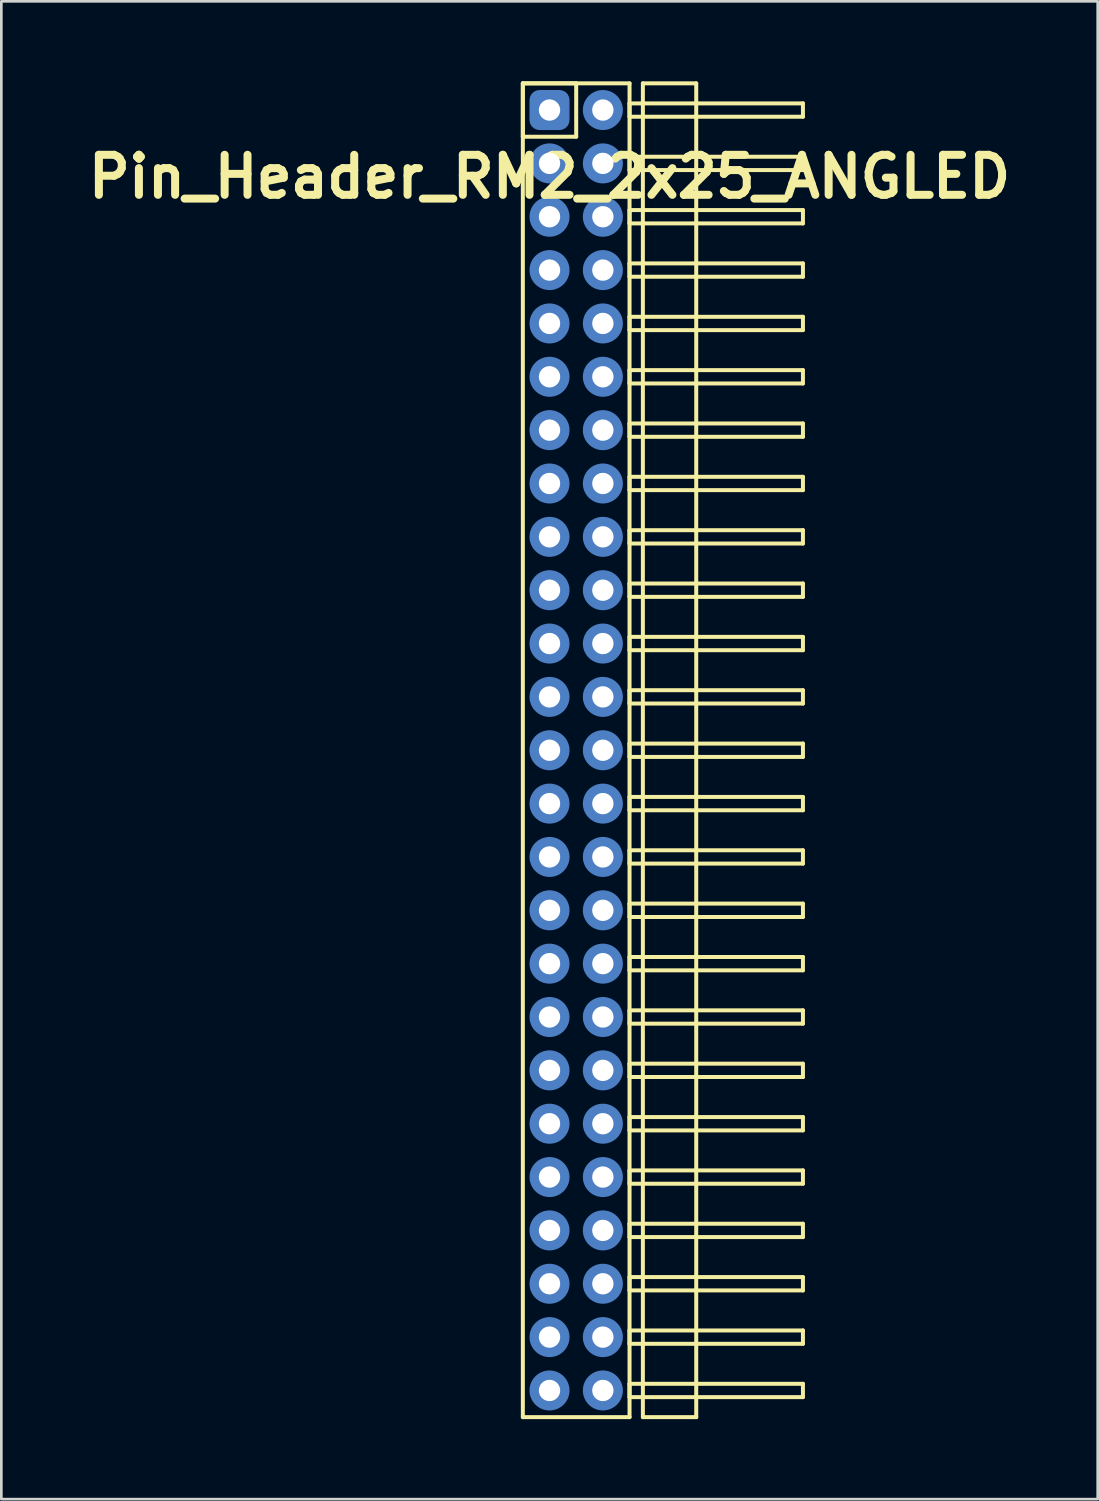
<source format=kicad_pcb>
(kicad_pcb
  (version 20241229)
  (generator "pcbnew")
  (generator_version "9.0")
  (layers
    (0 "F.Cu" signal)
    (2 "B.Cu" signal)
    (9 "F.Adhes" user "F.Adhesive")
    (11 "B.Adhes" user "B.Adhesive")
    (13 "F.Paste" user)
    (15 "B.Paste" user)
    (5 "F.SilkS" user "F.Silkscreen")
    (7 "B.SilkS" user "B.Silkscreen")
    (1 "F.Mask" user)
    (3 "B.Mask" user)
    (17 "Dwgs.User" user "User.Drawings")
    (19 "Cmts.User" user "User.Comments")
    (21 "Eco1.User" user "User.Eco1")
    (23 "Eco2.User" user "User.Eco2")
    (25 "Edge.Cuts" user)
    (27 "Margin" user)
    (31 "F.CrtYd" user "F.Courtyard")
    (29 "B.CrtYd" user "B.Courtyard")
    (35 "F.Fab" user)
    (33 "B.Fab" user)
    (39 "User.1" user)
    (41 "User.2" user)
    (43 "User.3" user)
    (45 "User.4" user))
  (footprint "Pin_Header_RM2_2x25_ANGLED"
    (layer "F.Cu")
    (at 17.55 1.075)
    (property "Reference" "Pin_Header_RM2_2x25_ANGLED" (at 0 2.5 0) (layer "F.SilkS") (effects (font (size 1.5 1.5) (thickness 0.3))))
    (attr through_hole)
    (fp_line (start -1 -1) (end 1 -1) (stroke (width 0.15) (type solid)) (layer "F.SilkS"))
    (fp_line (start -1 -1) (end 3 -1) (stroke (width 0.15) (type solid)) (layer "F.SilkS"))
    (fp_line (start -1 1) (end -1 -1) (stroke (width 0.15) (type solid)) (layer "F.SilkS"))
    (fp_line (start -1 49) (end -1 -1) (stroke (width 0.15) (type solid)) (layer "F.SilkS"))
    (fp_line (start 1 -1) (end 1 1) (stroke (width 0.15) (type solid)) (layer "F.SilkS"))
    (fp_line (start 1 1) (end -1 1) (stroke (width 0.15) (type solid)) (layer "F.SilkS"))
    (fp_line (start 3 -1) (end 3 49) (stroke (width 0.15) (type solid)) (layer "F.SilkS"))
    (fp_line (start 3 -0.25) (end 9.5 -0.25) (stroke (width 0.15) (type solid)) (layer "F.SilkS"))
    (fp_line (start 3 0.25) (end 3 -0.25) (stroke (width 0.15) (type solid)) (layer "F.SilkS"))
    (fp_line (start 3 1.75) (end 9.5 1.75) (stroke (width 0.15) (type solid)) (layer "F.SilkS"))
    (fp_line (start 3 2.25) (end 3 1.75) (stroke (width 0.15) (type solid)) (layer "F.SilkS"))
    (fp_line (start 3 3.75) (end 9.5 3.75) (stroke (width 0.15) (type solid)) (layer "F.SilkS"))
    (fp_line (start 3 4.25) (end 3 3.75) (stroke (width 0.15) (type solid)) (layer "F.SilkS"))
    (fp_line (start 3 5.75) (end 9.5 5.75) (stroke (width 0.15) (type solid)) (layer "F.SilkS"))
    (fp_line (start 3 6.25) (end 3 5.75) (stroke (width 0.15) (type solid)) (layer "F.SilkS"))
    (fp_line (start 3 7.75) (end 9.5 7.75) (stroke (width 0.15) (type solid)) (layer "F.SilkS"))
    (fp_line (start 3 8.25) (end 3 7.75) (stroke (width 0.15) (type solid)) (layer "F.SilkS"))
    (fp_line (start 3 9.75) (end 9.5 9.75) (stroke (width 0.15) (type solid)) (layer "F.SilkS"))
    (fp_line (start 3 10.25) (end 3 9.75) (stroke (width 0.15) (type solid)) (layer "F.SilkS"))
    (fp_line (start 3 11.75) (end 9.5 11.75) (stroke (width 0.15) (type solid)) (layer "F.SilkS"))
    (fp_line (start 3 12.25) (end 3 11.75) (stroke (width 0.15) (type solid)) (layer "F.SilkS"))
    (fp_line (start 3 13.75) (end 9.5 13.75) (stroke (width 0.15) (type solid)) (layer "F.SilkS"))
    (fp_line (start 3 14.25) (end 3 13.75) (stroke (width 0.15) (type solid)) (layer "F.SilkS"))
    (fp_line (start 3 15.75) (end 9.5 15.75) (stroke (width 0.15) (type solid)) (layer "F.SilkS"))
    (fp_line (start 3 16.25) (end 3 15.75) (stroke (width 0.15) (type solid)) (layer "F.SilkS"))
    (fp_line (start 3 17.75) (end 9.5 17.75) (stroke (width 0.15) (type solid)) (layer "F.SilkS"))
    (fp_line (start 3 18.25) (end 3 17.75) (stroke (width 0.15) (type solid)) (layer "F.SilkS"))
    (fp_line (start 3 19.75) (end 9.5 19.75) (stroke (width 0.15) (type solid)) (layer "F.SilkS"))
    (fp_line (start 3 20.25) (end 3 19.75) (stroke (width 0.15) (type solid)) (layer "F.SilkS"))
    (fp_line (start 3 21.75) (end 9.5 21.75) (stroke (width 0.15) (type solid)) (layer "F.SilkS"))
    (fp_line (start 3 22.25) (end 3 21.75) (stroke (width 0.15) (type solid)) (layer "F.SilkS"))
    (fp_line (start 3 23.75) (end 9.5 23.75) (stroke (width 0.15) (type solid)) (layer "F.SilkS"))
    (fp_line (start 3 24.25) (end 3 23.75) (stroke (width 0.15) (type solid)) (layer "F.SilkS"))
    (fp_line (start 3 25.75) (end 9.5 25.75) (stroke (width 0.15) (type solid)) (layer "F.SilkS"))
    (fp_line (start 3 26.25) (end 3 25.75) (stroke (width 0.15) (type solid)) (layer "F.SilkS"))
    (fp_line (start 3 27.75) (end 9.5 27.75) (stroke (width 0.15) (type solid)) (layer "F.SilkS"))
    (fp_line (start 3 28.25) (end 3 27.75) (stroke (width 0.15) (type solid)) (layer "F.SilkS"))
    (fp_line (start 3 29.75) (end 9.5 29.75) (stroke (width 0.15) (type solid)) (layer "F.SilkS"))
    (fp_line (start 3 30.25) (end 3 29.75) (stroke (width 0.15) (type solid)) (layer "F.SilkS"))
    (fp_line (start 3 31.75) (end 9.5 31.75) (stroke (width 0.15) (type solid)) (layer "F.SilkS"))
    (fp_line (start 3 32.25) (end 3 31.75) (stroke (width 0.15) (type solid)) (layer "F.SilkS"))
    (fp_line (start 3 33.75) (end 9.5 33.75) (stroke (width 0.15) (type solid)) (layer "F.SilkS"))
    (fp_line (start 3 34.25) (end 3 33.75) (stroke (width 0.15) (type solid)) (layer "F.SilkS"))
    (fp_line (start 3 35.75) (end 9.5 35.75) (stroke (width 0.15) (type solid)) (layer "F.SilkS"))
    (fp_line (start 3 36.25) (end 3 35.75) (stroke (width 0.15) (type solid)) (layer "F.SilkS"))
    (fp_line (start 3 37.75) (end 9.5 37.75) (stroke (width 0.15) (type solid)) (layer "F.SilkS"))
    (fp_line (start 3 38.25) (end 3 37.75) (stroke (width 0.15) (type solid)) (layer "F.SilkS"))
    (fp_line (start 3 39.75) (end 9.5 39.75) (stroke (width 0.15) (type solid)) (layer "F.SilkS"))
    (fp_line (start 3 40.25) (end 3 39.75) (stroke (width 0.15) (type solid)) (layer "F.SilkS"))
    (fp_line (start 3 41.75) (end 9.5 41.75) (stroke (width 0.15) (type solid)) (layer "F.SilkS"))
    (fp_line (start 3 42.25) (end 3 41.75) (stroke (width 0.15) (type solid)) (layer "F.SilkS"))
    (fp_line (start 3 43.75) (end 9.5 43.75) (stroke (width 0.15) (type solid)) (layer "F.SilkS"))
    (fp_line (start 3 44.25) (end 3 43.75) (stroke (width 0.15) (type solid)) (layer "F.SilkS"))
    (fp_line (start 3 45.75) (end 9.5 45.75) (stroke (width 0.15) (type solid)) (layer "F.SilkS"))
    (fp_line (start 3 46.25) (end 3 45.75) (stroke (width 0.15) (type solid)) (layer "F.SilkS"))
    (fp_line (start 3 47.75) (end 9.5 47.75) (stroke (width 0.15) (type solid)) (layer "F.SilkS"))
    (fp_line (start 3 48.25) (end 3 47.75) (stroke (width 0.15) (type solid)) (layer "F.SilkS"))
    (fp_line (start 3 49) (end -1 49) (stroke (width 0.15) (type solid)) (layer "F.SilkS"))
    (fp_line (start 3.5 -1) (end 5.5 -1) (stroke (width 0.15) (type solid)) (layer "F.SilkS"))
    (fp_line (start 3.5 49) (end 3.5 -1) (stroke (width 0.15) (type solid)) (layer "F.SilkS"))
    (fp_line (start 5.5 -1) (end 5.5 49) (stroke (width 0.15) (type solid)) (layer "F.SilkS"))
    (fp_line (start 5.5 49) (end 3.5 49) (stroke (width 0.15) (type solid)) (layer "F.SilkS"))
    (fp_line (start 9.5 -0.25) (end 9.5 0.25) (stroke (width 0.15) (type solid)) (layer "F.SilkS"))
    (fp_line (start 9.5 0.25) (end 3 0.25) (stroke (width 0.15) (type solid)) (layer "F.SilkS"))
    (fp_line (start 9.5 1.75) (end 9.5 2.25) (stroke (width 0.15) (type solid)) (layer "F.SilkS"))
    (fp_line (start 9.5 2.25) (end 3 2.25) (stroke (width 0.15) (type solid)) (layer "F.SilkS"))
    (fp_line (start 9.5 3.75) (end 9.5 4.25) (stroke (width 0.15) (type solid)) (layer "F.SilkS"))
    (fp_line (start 9.5 4.25) (end 3 4.25) (stroke (width 0.15) (type solid)) (layer "F.SilkS"))
    (fp_line (start 9.5 5.75) (end 9.5 6.25) (stroke (width 0.15) (type solid)) (layer "F.SilkS"))
    (fp_line (start 9.5 6.25) (end 3 6.25) (stroke (width 0.15) (type solid)) (layer "F.SilkS"))
    (fp_line (start 9.5 7.75) (end 9.5 8.25) (stroke (width 0.15) (type solid)) (layer "F.SilkS"))
    (fp_line (start 9.5 8.25) (end 3 8.25) (stroke (width 0.15) (type solid)) (layer "F.SilkS"))
    (fp_line (start 9.5 9.75) (end 9.5 10.25) (stroke (width 0.15) (type solid)) (layer "F.SilkS"))
    (fp_line (start 9.5 10.25) (end 3 10.25) (stroke (width 0.15) (type solid)) (layer "F.SilkS"))
    (fp_line (start 9.5 11.75) (end 9.5 12.25) (stroke (width 0.15) (type solid)) (layer "F.SilkS"))
    (fp_line (start 9.5 12.25) (end 3 12.25) (stroke (width 0.15) (type solid)) (layer "F.SilkS"))
    (fp_line (start 9.5 13.75) (end 9.5 14.25) (stroke (width 0.15) (type solid)) (layer "F.SilkS"))
    (fp_line (start 9.5 14.25) (end 3 14.25) (stroke (width 0.15) (type solid)) (layer "F.SilkS"))
    (fp_line (start 9.5 15.75) (end 9.5 16.25) (stroke (width 0.15) (type solid)) (layer "F.SilkS"))
    (fp_line (start 9.5 16.25) (end 3 16.25) (stroke (width 0.15) (type solid)) (layer "F.SilkS"))
    (fp_line (start 9.5 17.75) (end 9.5 18.25) (stroke (width 0.15) (type solid)) (layer "F.SilkS"))
    (fp_line (start 9.5 18.25) (end 3 18.25) (stroke (width 0.15) (type solid)) (layer "F.SilkS"))
    (fp_line (start 9.5 19.75) (end 9.5 20.25) (stroke (width 0.15) (type solid)) (layer "F.SilkS"))
    (fp_line (start 9.5 20.25) (end 3 20.25) (stroke (width 0.15) (type solid)) (layer "F.SilkS"))
    (fp_line (start 9.5 21.75) (end 9.5 22.25) (stroke (width 0.15) (type solid)) (layer "F.SilkS"))
    (fp_line (start 9.5 22.25) (end 3 22.25) (stroke (width 0.15) (type solid)) (layer "F.SilkS"))
    (fp_line (start 9.5 23.75) (end 9.5 24.25) (stroke (width 0.15) (type solid)) (layer "F.SilkS"))
    (fp_line (start 9.5 24.25) (end 3 24.25) (stroke (width 0.15) (type solid)) (layer "F.SilkS"))
    (fp_line (start 9.5 25.75) (end 9.5 26.25) (stroke (width 0.15) (type solid)) (layer "F.SilkS"))
    (fp_line (start 9.5 26.25) (end 3 26.25) (stroke (width 0.15) (type solid)) (layer "F.SilkS"))
    (fp_line (start 9.5 27.75) (end 9.5 28.25) (stroke (width 0.15) (type solid)) (layer "F.SilkS"))
    (fp_line (start 9.5 28.25) (end 3 28.25) (stroke (width 0.15) (type solid)) (layer "F.SilkS"))
    (fp_line (start 9.5 29.75) (end 9.5 30.25) (stroke (width 0.15) (type solid)) (layer "F.SilkS"))
    (fp_line (start 9.5 30.25) (end 3 30.25) (stroke (width 0.15) (type solid)) (layer "F.SilkS"))
    (fp_line (start 9.5 31.75) (end 9.5 32.25) (stroke (width 0.15) (type solid)) (layer "F.SilkS"))
    (fp_line (start 9.5 32.25) (end 3 32.25) (stroke (width 0.15) (type solid)) (layer "F.SilkS"))
    (fp_line (start 9.5 33.75) (end 9.5 34.25) (stroke (width 0.15) (type solid)) (layer "F.SilkS"))
    (fp_line (start 9.5 34.25) (end 3 34.25) (stroke (width 0.15) (type solid)) (layer "F.SilkS"))
    (fp_line (start 9.5 35.75) (end 9.5 36.25) (stroke (width 0.15) (type solid)) (layer "F.SilkS"))
    (fp_line (start 9.5 36.25) (end 3 36.25) (stroke (width 0.15) (type solid)) (layer "F.SilkS"))
    (fp_line (start 9.5 37.75) (end 9.5 38.25) (stroke (width 0.15) (type solid)) (layer "F.SilkS"))
    (fp_line (start 9.5 38.25) (end 3 38.25) (stroke (width 0.15) (type solid)) (layer "F.SilkS"))
    (fp_line (start 9.5 39.75) (end 9.5 40.25) (stroke (width 0.15) (type solid)) (layer "F.SilkS"))
    (fp_line (start 9.5 40.25) (end 3 40.25) (stroke (width 0.15) (type solid)) (layer "F.SilkS"))
    (fp_line (start 9.5 41.75) (end 9.5 42.25) (stroke (width 0.15) (type solid)) (layer "F.SilkS"))
    (fp_line (start 9.5 42.25) (end 3 42.25) (stroke (width 0.15) (type solid)) (layer "F.SilkS"))
    (fp_line (start 9.5 43.75) (end 9.5 44.25) (stroke (width 0.15) (type solid)) (layer "F.SilkS"))
    (fp_line (start 9.5 44.25) (end 3 44.25) (stroke (width 0.15) (type solid)) (layer "F.SilkS"))
    (fp_line (start 9.5 45.75) (end 9.5 46.25) (stroke (width 0.15) (type solid)) (layer "F.SilkS"))
    (fp_line (start 9.5 46.25) (end 3 46.25) (stroke (width 0.15) (type solid)) (layer "F.SilkS"))
    (fp_line (start 9.5 47.75) (end 9.5 48.25) (stroke (width 0.15) (type solid)) (layer "F.SilkS"))
    (fp_line (start 9.5 48.25) (end 3 48.25) (stroke (width 0.15) (type solid)) (layer "F.SilkS"))
    (pad "1" thru_hole circle (at 0 0) (size 1.1 1.1) (drill 0.8) (layers "*.Cu" "*.Mask"))
    (pad "1" smd roundrect (at 0 0) (size 1.25 1.25) (layers "F.Cu" "F.Mask") (roundrect_rratio 0.25))
    (pad "1" smd roundrect (at 0 0) (size 1.5 1.5) (layers "B.Cu" "B.Mask") (roundrect_rratio 0.25))
    (pad "2" thru_hole circle (at 2 0) (size 1.1 1.1) (drill 0.8) (layers "*.Cu" "*.Mask"))
    (pad "2" smd circle (at 2 0) (size 1.25 1.25) (layers "F.Cu" "F.Mask"))
    (pad "2" smd circle (at 2 0) (size 1.5 1.5) (layers "B.Cu" "B.Mask"))
    (pad "3" thru_hole circle (at 0 2) (size 1.1 1.1) (drill 0.8) (layers "*.Cu" "*.Mask"))
    (pad "3" smd circle (at 0 2) (size 1.25 1.25) (layers "F.Cu" "F.Mask"))
    (pad "3" smd circle (at 0 2) (size 1.5 1.5) (layers "B.Cu" "B.Mask"))
    (pad "4" thru_hole circle (at 2 2) (size 1.1 1.1) (drill 0.8) (layers "*.Cu" "*.Mask"))
    (pad "4" smd circle (at 2 2) (size 1.25 1.25) (layers "F.Cu" "F.Mask"))
    (pad "4" smd circle (at 2 2) (size 1.5 1.5) (layers "B.Cu" "B.Mask"))
    (pad "5" thru_hole circle (at 0 4) (size 1.1 1.1) (drill 0.8) (layers "*.Cu" "*.Mask"))
    (pad "5" smd circle (at 0 4) (size 1.25 1.25) (layers "F.Cu" "F.Mask"))
    (pad "5" smd circle (at 0 4) (size 1.5 1.5) (layers "B.Cu" "B.Mask"))
    (pad "6" thru_hole circle (at 2 4) (size 1.1 1.1) (drill 0.8) (layers "*.Cu" "*.Mask"))
    (pad "6" smd circle (at 2 4) (size 1.25 1.25) (layers "F.Cu" "F.Mask"))
    (pad "6" smd circle (at 2 4) (size 1.5 1.5) (layers "B.Cu" "B.Mask"))
    (pad "7" thru_hole circle (at 0 6) (size 1.1 1.1) (drill 0.8) (layers "*.Cu" "*.Mask"))
    (pad "7" smd circle (at 0 6) (size 1.25 1.25) (layers "F.Cu" "F.Mask"))
    (pad "7" smd circle (at 0 6) (size 1.5 1.5) (layers "B.Cu" "B.Mask"))
    (pad "8" thru_hole circle (at 2 6) (size 1.1 1.1) (drill 0.8) (layers "*.Cu" "*.Mask"))
    (pad "8" smd circle (at 2 6) (size 1.25 1.25) (layers "F.Cu" "F.Mask"))
    (pad "8" smd circle (at 2 6) (size 1.5 1.5) (layers "B.Cu" "B.Mask"))
    (pad "9" thru_hole circle (at 0 8) (size 1.1 1.1) (drill 0.8) (layers "*.Cu" "*.Mask"))
    (pad "9" smd circle (at 0 8) (size 1.25 1.25) (layers "F.Cu" "F.Mask"))
    (pad "9" smd circle (at 0 8) (size 1.5 1.5) (layers "B.Cu" "B.Mask"))
    (pad "10" thru_hole circle (at 2 8) (size 1.1 1.1) (drill 0.8) (layers "*.Cu" "*.Mask"))
    (pad "10" smd circle (at 2 8) (size 1.25 1.25) (layers "F.Cu" "F.Mask"))
    (pad "10" smd circle (at 2 8) (size 1.5 1.5) (layers "B.Cu" "B.Mask"))
    (pad "11" thru_hole circle (at 0 10) (size 1.1 1.1) (drill 0.8) (layers "*.Cu" "*.Mask"))
    (pad "11" smd circle (at 0 10) (size 1.25 1.25) (layers "F.Cu" "F.Mask"))
    (pad "11" smd circle (at 0 10) (size 1.5 1.5) (layers "B.Cu" "B.Mask"))
    (pad "12" thru_hole circle (at 2 10) (size 1.1 1.1) (drill 0.8) (layers "*.Cu" "*.Mask"))
    (pad "12" smd circle (at 2 10) (size 1.25 1.25) (layers "F.Cu" "F.Mask"))
    (pad "12" smd circle (at 2 10) (size 1.5 1.5) (layers "B.Cu" "B.Mask"))
    (pad "13" thru_hole circle (at 0 12) (size 1.1 1.1) (drill 0.8) (layers "*.Cu" "*.Mask"))
    (pad "13" smd circle (at 0 12) (size 1.25 1.25) (layers "F.Cu" "F.Mask"))
    (pad "13" smd circle (at 0 12) (size 1.5 1.5) (layers "B.Cu" "B.Mask"))
    (pad "14" thru_hole circle (at 2 12) (size 1.1 1.1) (drill 0.8) (layers "*.Cu" "*.Mask"))
    (pad "14" smd circle (at 2 12) (size 1.25 1.25) (layers "F.Cu" "F.Mask"))
    (pad "14" smd circle (at 2 12) (size 1.5 1.5) (layers "B.Cu" "B.Mask"))
    (pad "15" thru_hole circle (at 0 14) (size 1.1 1.1) (drill 0.8) (layers "*.Cu" "*.Mask"))
    (pad "15" smd circle (at 0 14) (size 1.25 1.25) (layers "F.Cu" "F.Mask"))
    (pad "15" smd circle (at 0 14) (size 1.5 1.5) (layers "B.Cu" "B.Mask"))
    (pad "16" thru_hole circle (at 2 14) (size 1.1 1.1) (drill 0.8) (layers "*.Cu" "*.Mask"))
    (pad "16" smd circle (at 2 14) (size 1.25 1.25) (layers "F.Cu" "F.Mask"))
    (pad "16" smd circle (at 2 14) (size 1.5 1.5) (layers "B.Cu" "B.Mask"))
    (pad "17" thru_hole circle (at 0 16) (size 1.1 1.1) (drill 0.8) (layers "*.Cu" "*.Mask"))
    (pad "17" smd circle (at 0 16) (size 1.25 1.25) (layers "F.Cu" "F.Mask"))
    (pad "17" smd circle (at 0 16) (size 1.5 1.5) (layers "B.Cu" "B.Mask"))
    (pad "18" thru_hole circle (at 2 16) (size 1.1 1.1) (drill 0.8) (layers "*.Cu" "*.Mask"))
    (pad "18" smd circle (at 2 16) (size 1.25 1.25) (layers "F.Cu" "F.Mask"))
    (pad "18" smd circle (at 2 16) (size 1.5 1.5) (layers "B.Cu" "B.Mask"))
    (pad "19" thru_hole circle (at 0 18) (size 1.1 1.1) (drill 0.8) (layers "*.Cu" "*.Mask"))
    (pad "19" smd circle (at 0 18) (size 1.25 1.25) (layers "F.Cu" "F.Mask"))
    (pad "19" smd circle (at 0 18) (size 1.5 1.5) (layers "B.Cu" "B.Mask"))
    (pad "20" thru_hole circle (at 2 18) (size 1.1 1.1) (drill 0.8) (layers "*.Cu" "*.Mask"))
    (pad "20" smd circle (at 2 18) (size 1.25 1.25) (layers "F.Cu" "F.Mask"))
    (pad "20" smd circle (at 2 18) (size 1.5 1.5) (layers "B.Cu" "B.Mask"))
    (pad "21" thru_hole circle (at 0 20) (size 1.1 1.1) (drill 0.8) (layers "*.Cu" "*.Mask"))
    (pad "21" smd circle (at 0 20) (size 1.25 1.25) (layers "F.Cu" "F.Mask"))
    (pad "21" smd circle (at 0 20) (size 1.5 1.5) (layers "B.Cu" "B.Mask"))
    (pad "22" thru_hole circle (at 2 20) (size 1.1 1.1) (drill 0.8) (layers "*.Cu" "*.Mask"))
    (pad "22" smd circle (at 2 20) (size 1.25 1.25) (layers "F.Cu" "F.Mask"))
    (pad "22" smd circle (at 2 20) (size 1.5 1.5) (layers "B.Cu" "B.Mask"))
    (pad "23" thru_hole circle (at 0 22) (size 1.1 1.1) (drill 0.8) (layers "*.Cu" "*.Mask"))
    (pad "23" smd circle (at 0 22) (size 1.25 1.25) (layers "F.Cu" "F.Mask"))
    (pad "23" smd circle (at 0 22) (size 1.5 1.5) (layers "B.Cu" "B.Mask"))
    (pad "24" thru_hole circle (at 2 22) (size 1.1 1.1) (drill 0.8) (layers "*.Cu" "*.Mask"))
    (pad "24" smd circle (at 2 22) (size 1.25 1.25) (layers "F.Cu" "F.Mask"))
    (pad "24" smd circle (at 2 22) (size 1.5 1.5) (layers "B.Cu" "B.Mask"))
    (pad "25" thru_hole circle (at 0 24) (size 1.1 1.1) (drill 0.8) (layers "*.Cu" "*.Mask"))
    (pad "25" smd circle (at 0 24) (size 1.25 1.25) (layers "F.Cu" "F.Mask"))
    (pad "25" smd circle (at 0 24) (size 1.5 1.5) (layers "B.Cu" "B.Mask"))
    (pad "26" thru_hole circle (at 2 24) (size 1.1 1.1) (drill 0.8) (layers "*.Cu" "*.Mask"))
    (pad "26" smd circle (at 2 24) (size 1.25 1.25) (layers "F.Cu" "F.Mask"))
    (pad "26" smd circle (at 2 24) (size 1.5 1.5) (layers "B.Cu" "B.Mask"))
    (pad "27" thru_hole circle (at 0 26) (size 1.1 1.1) (drill 0.8) (layers "*.Cu" "*.Mask"))
    (pad "27" smd circle (at 0 26) (size 1.25 1.25) (layers "F.Cu" "F.Mask"))
    (pad "27" smd circle (at 0 26) (size 1.5 1.5) (layers "B.Cu" "B.Mask"))
    (pad "28" thru_hole circle (at 2 26) (size 1.1 1.1) (drill 0.8) (layers "*.Cu" "*.Mask"))
    (pad "28" smd circle (at 2 26) (size 1.25 1.25) (layers "F.Cu" "F.Mask"))
    (pad "28" smd circle (at 2 26) (size 1.5 1.5) (layers "B.Cu" "B.Mask"))
    (pad "29" thru_hole circle (at 0 28) (size 1.1 1.1) (drill 0.8) (layers "*.Cu" "*.Mask"))
    (pad "29" smd circle (at 0 28) (size 1.25 1.25) (layers "F.Cu" "F.Mask"))
    (pad "29" smd circle (at 0 28) (size 1.5 1.5) (layers "B.Cu" "B.Mask"))
    (pad "30" thru_hole circle (at 2 28) (size 1.1 1.1) (drill 0.8) (layers "*.Cu" "*.Mask"))
    (pad "30" smd circle (at 2 28) (size 1.25 1.25) (layers "F.Cu" "F.Mask"))
    (pad "30" smd circle (at 2 28) (size 1.5 1.5) (layers "B.Cu" "B.Mask"))
    (pad "31" thru_hole circle (at 0 30) (size 1.1 1.1) (drill 0.8) (layers "*.Cu" "*.Mask"))
    (pad "31" smd circle (at 0 30) (size 1.25 1.25) (layers "F.Cu" "F.Mask"))
    (pad "31" smd circle (at 0 30) (size 1.5 1.5) (layers "B.Cu" "B.Mask"))
    (pad "32" thru_hole circle (at 2 30) (size 1.1 1.1) (drill 0.8) (layers "*.Cu" "*.Mask"))
    (pad "32" smd circle (at 2 30) (size 1.25 1.25) (layers "F.Cu" "F.Mask"))
    (pad "32" smd circle (at 2 30) (size 1.5 1.5) (layers "B.Cu" "B.Mask"))
    (pad "33" thru_hole circle (at 0 32) (size 1.1 1.1) (drill 0.8) (layers "*.Cu" "*.Mask"))
    (pad "33" smd circle (at 0 32) (size 1.25 1.25) (layers "F.Cu" "F.Mask"))
    (pad "33" smd circle (at 0 32) (size 1.5 1.5) (layers "B.Cu" "B.Mask"))
    (pad "34" thru_hole circle (at 2 32) (size 1.1 1.1) (drill 0.8) (layers "*.Cu" "*.Mask"))
    (pad "34" smd circle (at 2 32) (size 1.25 1.25) (layers "F.Cu" "F.Mask"))
    (pad "34" smd circle (at 2 32) (size 1.5 1.5) (layers "B.Cu" "B.Mask"))
    (pad "35" thru_hole circle (at 0 34) (size 1.1 1.1) (drill 0.8) (layers "*.Cu" "*.Mask"))
    (pad "35" smd circle (at 0 34) (size 1.25 1.25) (layers "F.Cu" "F.Mask"))
    (pad "35" smd circle (at 0 34) (size 1.5 1.5) (layers "B.Cu" "B.Mask"))
    (pad "36" thru_hole circle (at 2 34) (size 1.1 1.1) (drill 0.8) (layers "*.Cu" "*.Mask"))
    (pad "36" smd circle (at 2 34) (size 1.25 1.25) (layers "F.Cu" "F.Mask"))
    (pad "36" smd circle (at 2 34) (size 1.5 1.5) (layers "B.Cu" "B.Mask"))
    (pad "37" thru_hole circle (at 0 36) (size 1.1 1.1) (drill 0.8) (layers "*.Cu" "*.Mask"))
    (pad "37" smd circle (at 0 36) (size 1.25 1.25) (layers "F.Cu" "F.Mask"))
    (pad "37" smd circle (at 0 36) (size 1.5 1.5) (layers "B.Cu" "B.Mask"))
    (pad "38" thru_hole circle (at 2 36) (size 1.1 1.1) (drill 0.8) (layers "*.Cu" "*.Mask"))
    (pad "38" smd circle (at 2 36) (size 1.25 1.25) (layers "F.Cu" "F.Mask"))
    (pad "38" smd circle (at 2 36) (size 1.5 1.5) (layers "B.Cu" "B.Mask"))
    (pad "39" thru_hole circle (at 0 38) (size 1.1 1.1) (drill 0.8) (layers "*.Cu" "*.Mask"))
    (pad "39" smd circle (at 0 38) (size 1.25 1.25) (layers "F.Cu" "F.Mask"))
    (pad "39" smd circle (at 0 38) (size 1.5 1.5) (layers "B.Cu" "B.Mask"))
    (pad "40" thru_hole circle (at 2 38) (size 1.1 1.1) (drill 0.8) (layers "*.Cu" "*.Mask"))
    (pad "40" smd circle (at 2 38) (size 1.25 1.25) (layers "F.Cu" "F.Mask"))
    (pad "40" smd circle (at 2 38) (size 1.5 1.5) (layers "B.Cu" "B.Mask"))
    (pad "41" thru_hole circle (at 0 40) (size 1.1 1.1) (drill 0.8) (layers "*.Cu" "*.Mask"))
    (pad "41" smd circle (at 0 40) (size 1.25 1.25) (layers "F.Cu" "F.Mask"))
    (pad "41" smd circle (at 0 40) (size 1.5 1.5) (layers "B.Cu" "B.Mask"))
    (pad "42" thru_hole circle (at 2 40) (size 1.1 1.1) (drill 0.8) (layers "*.Cu" "*.Mask"))
    (pad "42" smd circle (at 2 40) (size 1.25 1.25) (layers "F.Cu" "F.Mask"))
    (pad "42" smd circle (at 2 40) (size 1.5 1.5) (layers "B.Cu" "B.Mask"))
    (pad "43" thru_hole circle (at 0 42) (size 1.1 1.1) (drill 0.8) (layers "*.Cu" "*.Mask"))
    (pad "43" smd circle (at 0 42) (size 1.25 1.25) (layers "F.Cu" "F.Mask"))
    (pad "43" smd circle (at 0 42) (size 1.5 1.5) (layers "B.Cu" "B.Mask"))
    (pad "44" thru_hole circle (at 2 42) (size 1.1 1.1) (drill 0.8) (layers "*.Cu" "*.Mask"))
    (pad "44" smd circle (at 2 42) (size 1.25 1.25) (layers "F.Cu" "F.Mask"))
    (pad "44" smd circle (at 2 42) (size 1.5 1.5) (layers "B.Cu" "B.Mask"))
    (pad "45" thru_hole circle (at 0 44) (size 1.1 1.1) (drill 0.8) (layers "*.Cu" "*.Mask"))
    (pad "45" smd circle (at 0 44) (size 1.25 1.25) (layers "F.Cu" "F.Mask"))
    (pad "45" smd circle (at 0 44) (size 1.5 1.5) (layers "B.Cu" "B.Mask"))
    (pad "46" thru_hole circle (at 2 44) (size 1.1 1.1) (drill 0.8) (layers "*.Cu" "*.Mask"))
    (pad "46" smd circle (at 2 44) (size 1.25 1.25) (layers "F.Cu" "F.Mask"))
    (pad "46" smd circle (at 2 44) (size 1.5 1.5) (layers "B.Cu" "B.Mask"))
    (pad "47" thru_hole circle (at 0 46) (size 1.1 1.1) (drill 0.8) (layers "*.Cu" "*.Mask"))
    (pad "47" smd circle (at 0 46) (size 1.25 1.25) (layers "F.Cu" "F.Mask"))
    (pad "47" smd circle (at 0 46) (size 1.5 1.5) (layers "B.Cu" "B.Mask"))
    (pad "48" thru_hole circle (at 2 46) (size 1.1 1.1) (drill 0.8) (layers "*.Cu" "*.Mask"))
    (pad "48" smd circle (at 2 46) (size 1.25 1.25) (layers "F.Cu" "F.Mask"))
    (pad "48" smd circle (at 2 46) (size 1.5 1.5) (layers "B.Cu" "B.Mask"))
    (pad "49" thru_hole circle (at 0 48) (size 1.1 1.1) (drill 0.8) (layers "*.Cu" "*.Mask"))
    (pad "49" smd circle (at 0 48) (size 1.25 1.25) (layers "F.Cu" "F.Mask"))
    (pad "49" smd circle (at 0 48) (size 1.5 1.5) (layers "B.Cu" "B.Mask"))
    (pad "50" thru_hole circle (at 2 48) (size 1.1 1.1) (drill 0.8) (layers "*.Cu" "*.Mask"))
    (pad "50" smd circle (at 2 48) (size 1.25 1.25) (layers "F.Cu" "F.Mask"))
    (pad "50" smd circle (at 2 48) (size 1.5 1.5) (layers "B.Cu" "B.Mask")))
  (gr_rect
    (start -3 -3)
    (end 38.1 53.15)
    (stroke (width 0.1) (type default))
    (fill no)
    (layer "Edge.Cuts")))
</source>
